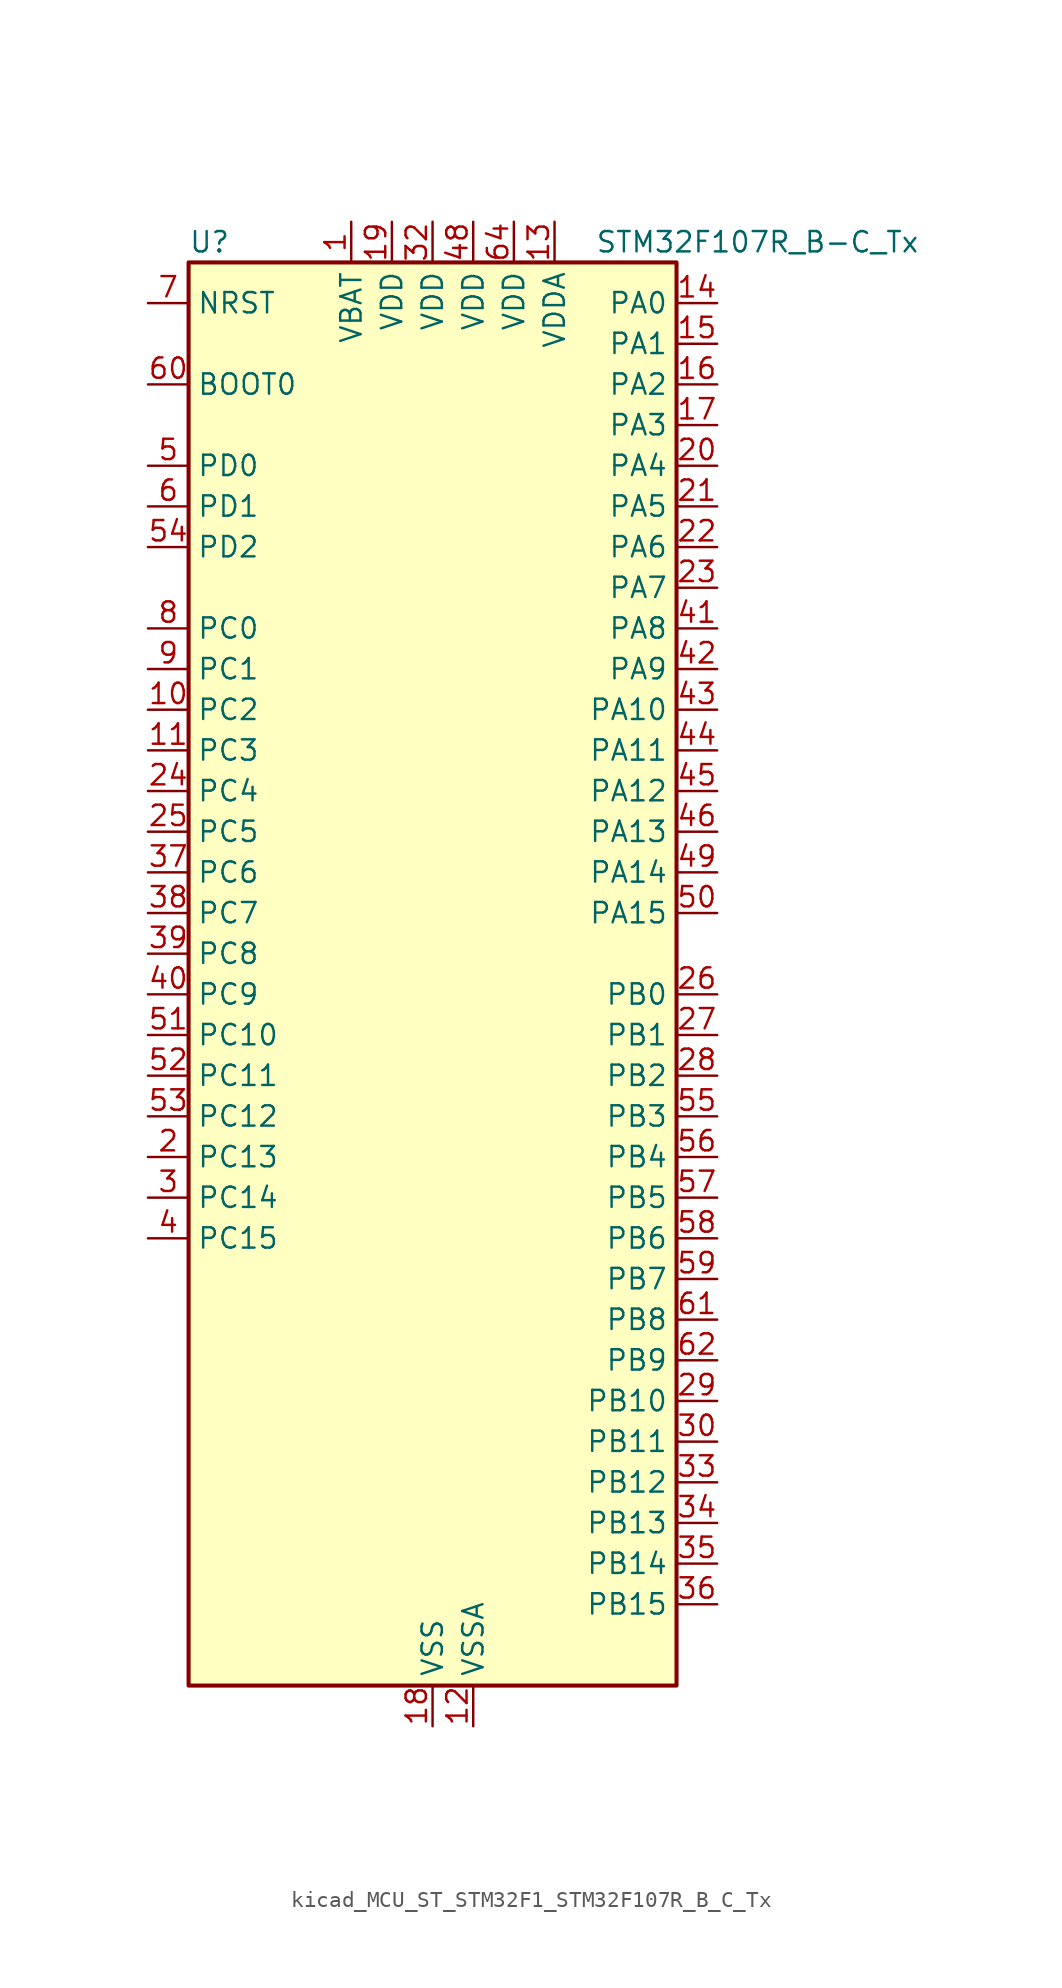
<source format=kicad_sym>
(kicad_symbol_lib
  (version 20220914)
  (generator kicad_symbol_editor)
  (symbol "kicad_MCU_ST_STM32F1_STM32F107R_B_C_Tx"
    (property "Reference" "U"
      (at -15.24 46.99 0)
      (effects (font (size 1.27 1.27)) (justify left)))
    (property "Value" "STM32F107R_B-C_Tx"
      (at 10.16 46.99 0)
      (effects (font (size 1.27 1.27)) (justify left)))
    (property "ki_locked" ""
      (at 0 0 0)
      (effects (font (size 1.27 1.27))))
    (symbol "kicad_MCU_ST_STM32F1_STM32F107R_B_C_Tx_0_1"
      (rectangle (start -15.24 -43.18) (end 15.24 45.72) (stroke (width 0.254) (type default)) (fill (type background))))
    (symbol "kicad_MCU_ST_STM32F1_STM32F107R_B_C_Tx_1_1"
      (pin power_in line (at -5.08 48.26 270) (length 2.54) (name "VBAT" (effects (font (size 1.27 1.27)))) (number "1" (effects (font (size 1.27 1.27)))))
      (pin bidirectional line (at -17.78 17.78 0) (length 2.54) (name "PC2" (effects (font (size 1.27 1.27)))) (number "10" (effects (font (size 1.27 1.27)))) (alternate "ADC1_IN12" bidirectional line) (alternate "ADC2_IN12" bidirectional line) (alternate "ETH_TXD2" bidirectional line))
      (pin bidirectional line (at -17.78 15.24 0) (length 2.54) (name "PC3" (effects (font (size 1.27 1.27)))) (number "11" (effects (font (size 1.27 1.27)))) (alternate "ADC1_IN13" bidirectional line) (alternate "ADC2_IN13" bidirectional line) (alternate "ETH_TX_CLK" bidirectional line))
      (pin power_in line (at 2.54 -45.72 90) (length 2.54) (name "VSSA" (effects (font (size 1.27 1.27)))) (number "12" (effects (font (size 1.27 1.27)))))
      (pin power_in line (at 7.62 48.26 270) (length 2.54) (name "VDDA" (effects (font (size 1.27 1.27)))) (number "13" (effects (font (size 1.27 1.27)))))
      (pin bidirectional line (at 17.78 43.18 180) (length 2.54) (name "PA0" (effects (font (size 1.27 1.27)))) (number "14" (effects (font (size 1.27 1.27)))) (alternate "ADC1_IN0" bidirectional line) (alternate "ADC2_IN0" bidirectional line) (alternate "ETH_CRS" bidirectional line) (alternate "SYS_WKUP" bidirectional line) (alternate "TIM2_CH1" bidirectional line) (alternate "TIM2_ETR" bidirectional line) (alternate "TIM5_CH1" bidirectional line) (alternate "USART2_CTS" bidirectional line))
      (pin bidirectional line (at 17.78 40.64 180) (length 2.54) (name "PA1" (effects (font (size 1.27 1.27)))) (number "15" (effects (font (size 1.27 1.27)))) (alternate "ADC1_IN1" bidirectional line) (alternate "ADC2_IN1" bidirectional line) (alternate "ETH_REF_CLK" bidirectional line) (alternate "ETH_RX_CLK" bidirectional line) (alternate "TIM2_CH2" bidirectional line) (alternate "TIM5_CH2" bidirectional line) (alternate "USART2_RTS" bidirectional line))
      (pin bidirectional line (at 17.78 38.1 180) (length 2.54) (name "PA2" (effects (font (size 1.27 1.27)))) (number "16" (effects (font (size 1.27 1.27)))) (alternate "ADC1_IN2" bidirectional line) (alternate "ADC2_IN2" bidirectional line) (alternate "ETH_MDIO" bidirectional line) (alternate "TIM2_CH3" bidirectional line) (alternate "TIM5_CH3" bidirectional line) (alternate "USART2_TX" bidirectional line))
      (pin bidirectional line (at 17.78 35.56 180) (length 2.54) (name "PA3" (effects (font (size 1.27 1.27)))) (number "17" (effects (font (size 1.27 1.27)))) (alternate "ADC1_IN3" bidirectional line) (alternate "ADC2_IN3" bidirectional line) (alternate "ETH_COL" bidirectional line) (alternate "TIM2_CH4" bidirectional line) (alternate "TIM5_CH4" bidirectional line) (alternate "USART2_RX" bidirectional line))
      (pin power_in line (at 0 -45.72 90) (length 2.54) (name "VSS" (effects (font (size 1.27 1.27)))) (number "18" (effects (font (size 1.27 1.27)))))
      (pin power_in line (at -2.54 48.26 270) (length 2.54) (name "VDD" (effects (font (size 1.27 1.27)))) (number "19" (effects (font (size 1.27 1.27)))))
      (pin bidirectional line (at -17.78 -10.16 0) (length 2.54) (name "PC13" (effects (font (size 1.27 1.27)))) (number "2" (effects (font (size 1.27 1.27)))) (alternate "RTC_OUT" bidirectional line) (alternate "RTC_TAMPER" bidirectional line))
      (pin bidirectional line (at 17.78 33.02 180) (length 2.54) (name "PA4" (effects (font (size 1.27 1.27)))) (number "20" (effects (font (size 1.27 1.27)))) (alternate "ADC1_IN4" bidirectional line) (alternate "ADC2_IN4" bidirectional line) (alternate "DAC_OUT1" bidirectional line) (alternate "I2S3_WS" bidirectional line) (alternate "SPI1_NSS" bidirectional line) (alternate "SPI3_NSS" bidirectional line) (alternate "USART2_CK" bidirectional line))
      (pin bidirectional line (at 17.78 30.48 180) (length 2.54) (name "PA5" (effects (font (size 1.27 1.27)))) (number "21" (effects (font (size 1.27 1.27)))) (alternate "ADC1_IN5" bidirectional line) (alternate "ADC2_IN5" bidirectional line) (alternate "DAC_OUT2" bidirectional line) (alternate "SPI1_SCK" bidirectional line))
      (pin bidirectional line (at 17.78 27.94 180) (length 2.54) (name "PA6" (effects (font (size 1.27 1.27)))) (number "22" (effects (font (size 1.27 1.27)))) (alternate "ADC1_IN6" bidirectional line) (alternate "ADC2_IN6" bidirectional line) (alternate "SPI1_MISO" bidirectional line) (alternate "TIM1_BKIN" bidirectional line) (alternate "TIM3_CH1" bidirectional line))
      (pin bidirectional line (at 17.78 25.4 180) (length 2.54) (name "PA7" (effects (font (size 1.27 1.27)))) (number "23" (effects (font (size 1.27 1.27)))) (alternate "ADC1_IN7" bidirectional line) (alternate "ADC2_IN7" bidirectional line) (alternate "ETH_CRS_DV" bidirectional line) (alternate "ETH_RX_DV" bidirectional line) (alternate "SPI1_MOSI" bidirectional line) (alternate "TIM1_CH1N" bidirectional line) (alternate "TIM3_CH2" bidirectional line))
      (pin bidirectional line (at -17.78 12.7 0) (length 2.54) (name "PC4" (effects (font (size 1.27 1.27)))) (number "24" (effects (font (size 1.27 1.27)))) (alternate "ADC1_IN14" bidirectional line) (alternate "ADC2_IN14" bidirectional line) (alternate "ETH_RXD0" bidirectional line))
      (pin bidirectional line (at -17.78 10.16 0) (length 2.54) (name "PC5" (effects (font (size 1.27 1.27)))) (number "25" (effects (font (size 1.27 1.27)))) (alternate "ADC1_IN15" bidirectional line) (alternate "ADC2_IN15" bidirectional line) (alternate "ETH_RXD1" bidirectional line))
      (pin bidirectional line (at 17.78 0 180) (length 2.54) (name "PB0" (effects (font (size 1.27 1.27)))) (number "26" (effects (font (size 1.27 1.27)))) (alternate "ADC1_IN8" bidirectional line) (alternate "ADC2_IN8" bidirectional line) (alternate "ETH_RXD2" bidirectional line) (alternate "TIM1_CH2N" bidirectional line) (alternate "TIM3_CH3" bidirectional line))
      (pin bidirectional line (at 17.78 -2.54 180) (length 2.54) (name "PB1" (effects (font (size 1.27 1.27)))) (number "27" (effects (font (size 1.27 1.27)))) (alternate "ADC1_IN9" bidirectional line) (alternate "ADC2_IN9" bidirectional line) (alternate "ETH_RXD3" bidirectional line) (alternate "TIM1_CH3N" bidirectional line) (alternate "TIM3_CH4" bidirectional line))
      (pin bidirectional line (at 17.78 -5.08 180) (length 2.54) (name "PB2" (effects (font (size 1.27 1.27)))) (number "28" (effects (font (size 1.27 1.27)))))
      (pin bidirectional line (at 17.78 -25.4 180) (length 2.54) (name "PB10" (effects (font (size 1.27 1.27)))) (number "29" (effects (font (size 1.27 1.27)))) (alternate "ETH_RX_ER" bidirectional line) (alternate "TIM2_CH3" bidirectional line) (alternate "USART3_TX" bidirectional line))
      (pin bidirectional line (at -17.78 -12.7 0) (length 2.54) (name "PC14" (effects (font (size 1.27 1.27)))) (number "3" (effects (font (size 1.27 1.27)))) (alternate "RCC_OSC32_IN" bidirectional line))
      (pin bidirectional line (at 17.78 -27.94 180) (length 2.54) (name "PB11" (effects (font (size 1.27 1.27)))) (number "30" (effects (font (size 1.27 1.27)))) (alternate "ADC1_EXTI11" bidirectional line) (alternate "ADC2_EXTI11" bidirectional line) (alternate "ETH_TX_EN" bidirectional line) (alternate "TIM2_CH4" bidirectional line) (alternate "USART3_RX" bidirectional line))
      (pin passive line (at 0 -45.72 90) (length 2.54) hide (name "VSS" (effects (font (size 1.27 1.27)))) (number "31" (effects (font (size 1.27 1.27)))))
      (pin power_in line (at 0 48.26 270) (length 2.54) (name "VDD" (effects (font (size 1.27 1.27)))) (number "32" (effects (font (size 1.27 1.27)))))
      (pin bidirectional line (at 17.78 -30.48 180) (length 2.54) (name "PB12" (effects (font (size 1.27 1.27)))) (number "33" (effects (font (size 1.27 1.27)))) (alternate "CAN2_RX" bidirectional line) (alternate "ETH_TXD0" bidirectional line) (alternate "I2S2_WS" bidirectional line) (alternate "SPI2_NSS" bidirectional line) (alternate "TIM1_BKIN" bidirectional line) (alternate "USART3_CK" bidirectional line))
      (pin bidirectional line (at 17.78 -33.02 180) (length 2.54) (name "PB13" (effects (font (size 1.27 1.27)))) (number "34" (effects (font (size 1.27 1.27)))) (alternate "CAN2_TX" bidirectional line) (alternate "ETH_TXD1" bidirectional line) (alternate "I2S2_CK" bidirectional line) (alternate "SPI2_SCK" bidirectional line) (alternate "TIM1_CH1N" bidirectional line) (alternate "USART3_CTS" bidirectional line))
      (pin bidirectional line (at 17.78 -35.56 180) (length 2.54) (name "PB14" (effects (font (size 1.27 1.27)))) (number "35" (effects (font (size 1.27 1.27)))) (alternate "SPI2_MISO" bidirectional line) (alternate "TIM1_CH2N" bidirectional line) (alternate "USART3_RTS" bidirectional line))
      (pin bidirectional line (at 17.78 -38.1 180) (length 2.54) (name "PB15" (effects (font (size 1.27 1.27)))) (number "36" (effects (font (size 1.27 1.27)))) (alternate "ADC1_EXTI15" bidirectional line) (alternate "ADC2_EXTI15" bidirectional line) (alternate "I2S2_SD" bidirectional line) (alternate "SPI2_MOSI" bidirectional line) (alternate "TIM1_CH3N" bidirectional line))
      (pin bidirectional line (at -17.78 7.62 0) (length 2.54) (name "PC6" (effects (font (size 1.27 1.27)))) (number "37" (effects (font (size 1.27 1.27)))) (alternate "I2S2_MCK" bidirectional line) (alternate "TIM3_CH1" bidirectional line))
      (pin bidirectional line (at -17.78 5.08 0) (length 2.54) (name "PC7" (effects (font (size 1.27 1.27)))) (number "38" (effects (font (size 1.27 1.27)))) (alternate "I2S3_MCK" bidirectional line) (alternate "TIM3_CH2" bidirectional line))
      (pin bidirectional line (at -17.78 2.54 0) (length 2.54) (name "PC8" (effects (font (size 1.27 1.27)))) (number "39" (effects (font (size 1.27 1.27)))) (alternate "TIM3_CH3" bidirectional line))
      (pin bidirectional line (at -17.78 -15.24 0) (length 2.54) (name "PC15" (effects (font (size 1.27 1.27)))) (number "4" (effects (font (size 1.27 1.27)))) (alternate "ADC1_EXTI15" bidirectional line) (alternate "ADC2_EXTI15" bidirectional line) (alternate "RCC_OSC32_OUT" bidirectional line))
      (pin bidirectional line (at -17.78 0 0) (length 2.54) (name "PC9" (effects (font (size 1.27 1.27)))) (number "40" (effects (font (size 1.27 1.27)))) (alternate "DAC_EXTI9" bidirectional line) (alternate "TIM3_CH4" bidirectional line))
      (pin bidirectional line (at 17.78 22.86 180) (length 2.54) (name "PA8" (effects (font (size 1.27 1.27)))) (number "41" (effects (font (size 1.27 1.27)))) (alternate "RCC_MCO" bidirectional line) (alternate "TIM1_CH1" bidirectional line) (alternate "USART1_CK" bidirectional line) (alternate "USB_OTG_FS_SOF" bidirectional line))
      (pin bidirectional line (at 17.78 20.32 180) (length 2.54) (name "PA9" (effects (font (size 1.27 1.27)))) (number "42" (effects (font (size 1.27 1.27)))) (alternate "DAC_EXTI9" bidirectional line) (alternate "TIM1_CH2" bidirectional line) (alternate "USART1_TX" bidirectional line) (alternate "USB_OTG_FS_VBUS" bidirectional line))
      (pin bidirectional line (at 17.78 17.78 180) (length 2.54) (name "PA10" (effects (font (size 1.27 1.27)))) (number "43" (effects (font (size 1.27 1.27)))) (alternate "TIM1_CH3" bidirectional line) (alternate "USART1_RX" bidirectional line) (alternate "USB_OTG_FS_ID" bidirectional line))
      (pin bidirectional line (at 17.78 15.24 180) (length 2.54) (name "PA11" (effects (font (size 1.27 1.27)))) (number "44" (effects (font (size 1.27 1.27)))) (alternate "ADC1_EXTI11" bidirectional line) (alternate "ADC2_EXTI11" bidirectional line) (alternate "CAN1_RX" bidirectional line) (alternate "TIM1_CH4" bidirectional line) (alternate "USART1_CTS" bidirectional line) (alternate "USB_OTG_FS_DM" bidirectional line))
      (pin bidirectional line (at 17.78 12.7 180) (length 2.54) (name "PA12" (effects (font (size 1.27 1.27)))) (number "45" (effects (font (size 1.27 1.27)))) (alternate "CAN1_TX" bidirectional line) (alternate "TIM1_ETR" bidirectional line) (alternate "USART1_RTS" bidirectional line) (alternate "USB_OTG_FS_DP" bidirectional line))
      (pin bidirectional line (at 17.78 10.16 180) (length 2.54) (name "PA13" (effects (font (size 1.27 1.27)))) (number "46" (effects (font (size 1.27 1.27)))) (alternate "SYS_JTMS-SWDIO" bidirectional line))
      (pin passive line (at 0 -45.72 90) (length 2.54) hide (name "VSS" (effects (font (size 1.27 1.27)))) (number "47" (effects (font (size 1.27 1.27)))))
      (pin power_in line (at 2.54 48.26 270) (length 2.54) (name "VDD" (effects (font (size 1.27 1.27)))) (number "48" (effects (font (size 1.27 1.27)))))
      (pin bidirectional line (at 17.78 7.62 180) (length 2.54) (name "PA14" (effects (font (size 1.27 1.27)))) (number "49" (effects (font (size 1.27 1.27)))) (alternate "SYS_JTCK-SWCLK" bidirectional line))
      (pin bidirectional line (at -17.78 33.02 0) (length 2.54) (name "PD0" (effects (font (size 1.27 1.27)))) (number "5" (effects (font (size 1.27 1.27)))) (alternate "RCC_OSC_IN" bidirectional line))
      (pin bidirectional line (at 17.78 5.08 180) (length 2.54) (name "PA15" (effects (font (size 1.27 1.27)))) (number "50" (effects (font (size 1.27 1.27)))) (alternate "ADC1_EXTI15" bidirectional line) (alternate "ADC2_EXTI15" bidirectional line) (alternate "I2S3_WS" bidirectional line) (alternate "SPI1_NSS" bidirectional line) (alternate "SPI3_NSS" bidirectional line) (alternate "SYS_JTDI" bidirectional line) (alternate "TIM2_CH1" bidirectional line) (alternate "TIM2_ETR" bidirectional line))
      (pin bidirectional line (at -17.78 -2.54 0) (length 2.54) (name "PC10" (effects (font (size 1.27 1.27)))) (number "51" (effects (font (size 1.27 1.27)))) (alternate "I2S3_CK" bidirectional line) (alternate "SPI3_SCK" bidirectional line) (alternate "UART4_TX" bidirectional line) (alternate "USART3_TX" bidirectional line))
      (pin bidirectional line (at -17.78 -5.08 0) (length 2.54) (name "PC11" (effects (font (size 1.27 1.27)))) (number "52" (effects (font (size 1.27 1.27)))) (alternate "ADC1_EXTI11" bidirectional line) (alternate "ADC2_EXTI11" bidirectional line) (alternate "SPI3_MISO" bidirectional line) (alternate "UART4_RX" bidirectional line) (alternate "USART3_RX" bidirectional line))
      (pin bidirectional line (at -17.78 -7.62 0) (length 2.54) (name "PC12" (effects (font (size 1.27 1.27)))) (number "53" (effects (font (size 1.27 1.27)))) (alternate "I2S3_SD" bidirectional line) (alternate "SPI3_MOSI" bidirectional line) (alternate "UART5_TX" bidirectional line) (alternate "USART3_CK" bidirectional line))
      (pin bidirectional line (at -17.78 27.94 0) (length 2.54) (name "PD2" (effects (font (size 1.27 1.27)))) (number "54" (effects (font (size 1.27 1.27)))) (alternate "TIM3_ETR" bidirectional line) (alternate "UART5_RX" bidirectional line))
      (pin bidirectional line (at 17.78 -7.62 180) (length 2.54) (name "PB3" (effects (font (size 1.27 1.27)))) (number "55" (effects (font (size 1.27 1.27)))) (alternate "I2S3_CK" bidirectional line) (alternate "SPI1_SCK" bidirectional line) (alternate "SPI3_SCK" bidirectional line) (alternate "SYS_JTDO" bidirectional line) (alternate "SYS_TRACESWO" bidirectional line) (alternate "TIM2_CH2" bidirectional line))
      (pin bidirectional line (at 17.78 -10.16 180) (length 2.54) (name "PB4" (effects (font (size 1.27 1.27)))) (number "56" (effects (font (size 1.27 1.27)))) (alternate "SPI1_MISO" bidirectional line) (alternate "SPI3_MISO" bidirectional line) (alternate "SYS_NJTRST" bidirectional line) (alternate "TIM3_CH1" bidirectional line))
      (pin bidirectional line (at 17.78 -12.7 180) (length 2.54) (name "PB5" (effects (font (size 1.27 1.27)))) (number "57" (effects (font (size 1.27 1.27)))) (alternate "CAN2_RX" bidirectional line) (alternate "ETH_PPS_OUT" bidirectional line) (alternate "I2C1_SMBA" bidirectional line) (alternate "I2S3_SD" bidirectional line) (alternate "SPI1_MOSI" bidirectional line) (alternate "SPI3_MOSI" bidirectional line) (alternate "TIM3_CH2" bidirectional line))
      (pin bidirectional line (at 17.78 -15.24 180) (length 2.54) (name "PB6" (effects (font (size 1.27 1.27)))) (number "58" (effects (font (size 1.27 1.27)))) (alternate "CAN2_TX" bidirectional line) (alternate "I2C1_SCL" bidirectional line) (alternate "TIM4_CH1" bidirectional line) (alternate "USART1_TX" bidirectional line))
      (pin bidirectional line (at 17.78 -17.78 180) (length 2.54) (name "PB7" (effects (font (size 1.27 1.27)))) (number "59" (effects (font (size 1.27 1.27)))) (alternate "I2C1_SDA" bidirectional line) (alternate "TIM4_CH2" bidirectional line) (alternate "USART1_RX" bidirectional line))
      (pin bidirectional line (at -17.78 30.48 0) (length 2.54) (name "PD1" (effects (font (size 1.27 1.27)))) (number "6" (effects (font (size 1.27 1.27)))) (alternate "RCC_OSC_OUT" bidirectional line))
      (pin input line (at -17.78 38.1 0) (length 2.54) (name "BOOT0" (effects (font (size 1.27 1.27)))) (number "60" (effects (font (size 1.27 1.27)))))
      (pin bidirectional line (at 17.78 -20.32 180) (length 2.54) (name "PB8" (effects (font (size 1.27 1.27)))) (number "61" (effects (font (size 1.27 1.27)))) (alternate "CAN1_RX" bidirectional line) (alternate "ETH_TXD3" bidirectional line) (alternate "I2C1_SCL" bidirectional line) (alternate "TIM4_CH3" bidirectional line))
      (pin bidirectional line (at 17.78 -22.86 180) (length 2.54) (name "PB9" (effects (font (size 1.27 1.27)))) (number "62" (effects (font (size 1.27 1.27)))) (alternate "CAN1_TX" bidirectional line) (alternate "DAC_EXTI9" bidirectional line) (alternate "I2C1_SDA" bidirectional line) (alternate "TIM4_CH4" bidirectional line))
      (pin passive line (at 0 -45.72 90) (length 2.54) hide (name "VSS" (effects (font (size 1.27 1.27)))) (number "63" (effects (font (size 1.27 1.27)))))
      (pin power_in line (at 5.08 48.26 270) (length 2.54) (name "VDD" (effects (font (size 1.27 1.27)))) (number "64" (effects (font (size 1.27 1.27)))))
      (pin input line (at -17.78 43.18 0) (length 2.54) (name "NRST" (effects (font (size 1.27 1.27)))) (number "7" (effects (font (size 1.27 1.27)))))
      (pin bidirectional line (at -17.78 22.86 0) (length 2.54) (name "PC0" (effects (font (size 1.27 1.27)))) (number "8" (effects (font (size 1.27 1.27)))) (alternate "ADC1_IN10" bidirectional line) (alternate "ADC2_IN10" bidirectional line))
      (pin bidirectional line (at -17.78 20.32 0) (length 2.54) (name "PC1" (effects (font (size 1.27 1.27)))) (number "9" (effects (font (size 1.27 1.27)))) (alternate "ADC1_IN11" bidirectional line) (alternate "ADC2_IN11" bidirectional line) (alternate "ETH_MDC" bidirectional line)))))
</source>
